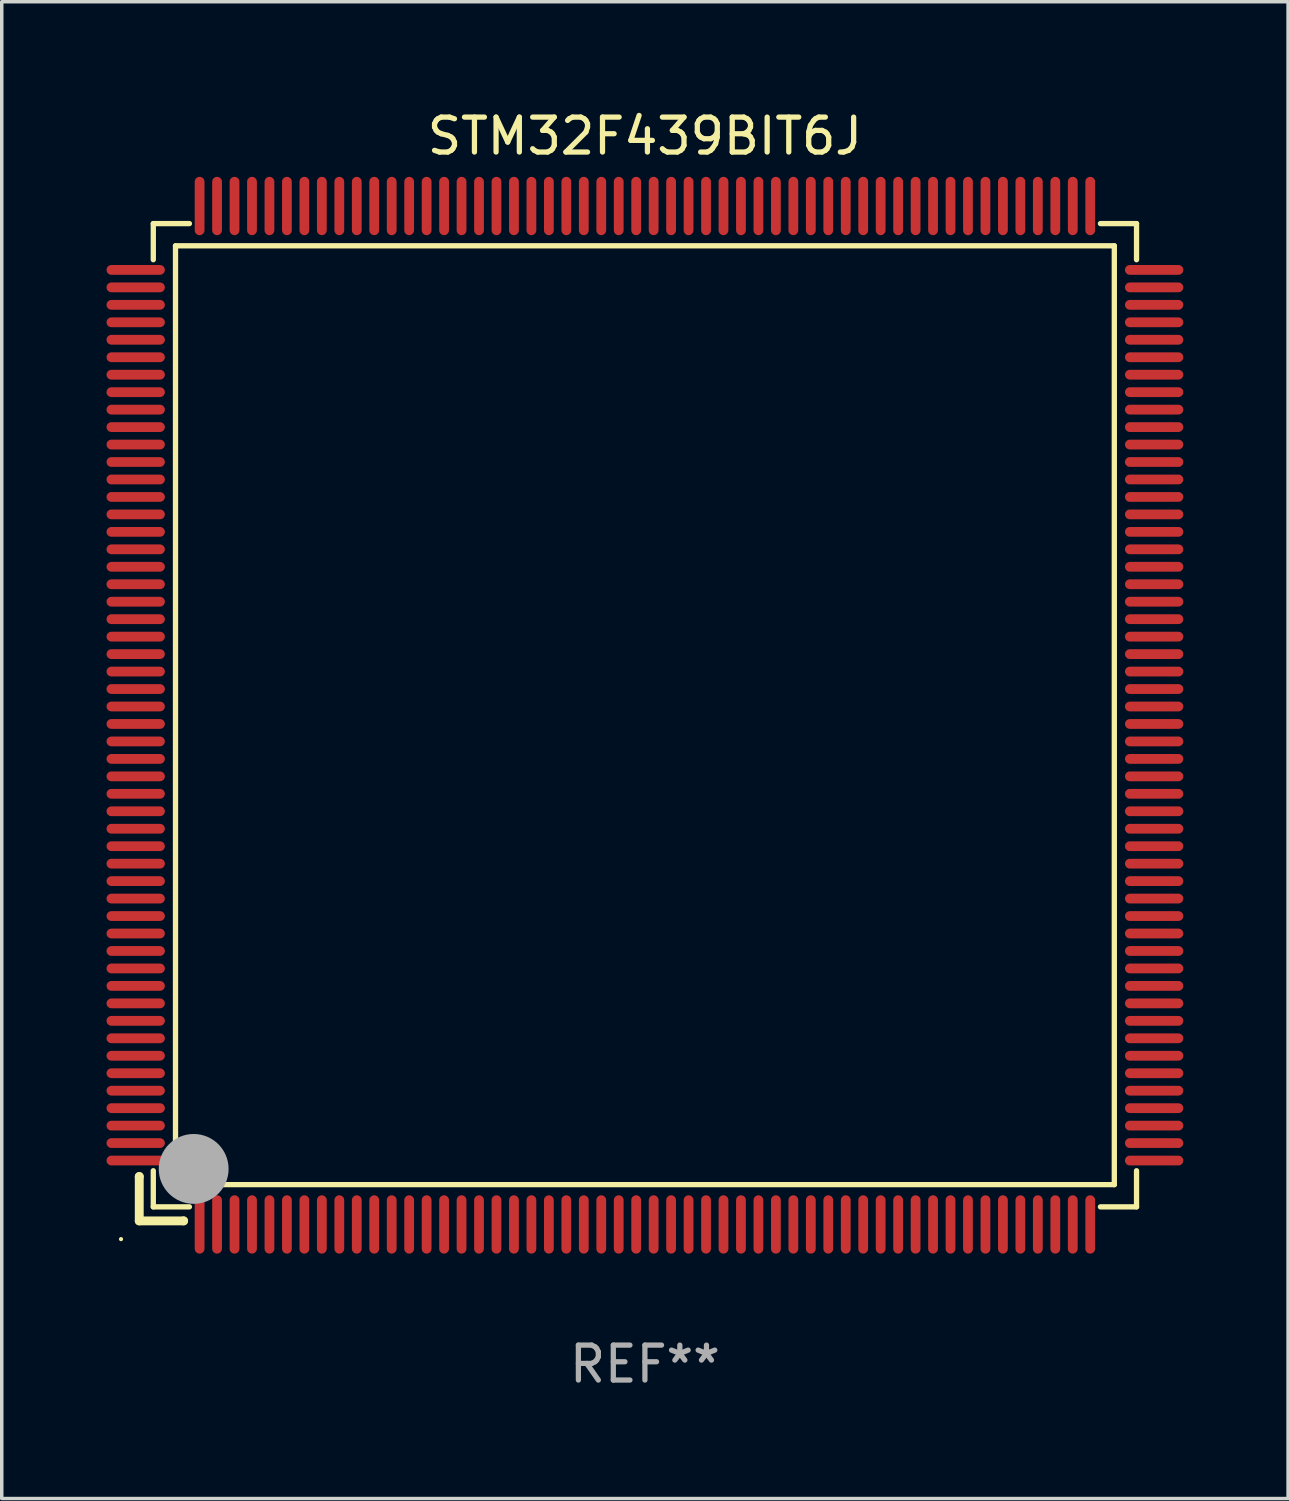
<source format=kicad_pcb>
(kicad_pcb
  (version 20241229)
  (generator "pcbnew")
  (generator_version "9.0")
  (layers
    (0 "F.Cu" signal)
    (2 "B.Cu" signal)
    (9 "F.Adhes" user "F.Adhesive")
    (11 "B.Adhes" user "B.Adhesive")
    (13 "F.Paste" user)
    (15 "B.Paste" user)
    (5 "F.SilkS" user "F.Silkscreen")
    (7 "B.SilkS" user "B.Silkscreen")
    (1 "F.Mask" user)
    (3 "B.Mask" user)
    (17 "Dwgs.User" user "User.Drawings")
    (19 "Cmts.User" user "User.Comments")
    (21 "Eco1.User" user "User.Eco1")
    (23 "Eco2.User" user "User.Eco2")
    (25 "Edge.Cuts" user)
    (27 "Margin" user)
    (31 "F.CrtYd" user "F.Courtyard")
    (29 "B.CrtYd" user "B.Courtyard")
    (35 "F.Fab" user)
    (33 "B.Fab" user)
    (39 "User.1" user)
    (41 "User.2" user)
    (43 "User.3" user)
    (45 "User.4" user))
  (footprint "STM32F439BIT6J"
    (layer "F.Cu")
    (at 15.415 17.428)
    (property "Reference" "STM32F439BIT6J" (at 0 -16.58 0) (layer "F.SilkS") (effects (font (size 1 1) (thickness 0.15))))
    (attr through_hole)
    (fp_line (start -14.478 13.208) (end -14.478 13.208) (stroke (width 0.254) (type solid)) (layer "F.SilkS"))
    (fp_line (start -14.478 13.208) (end -14.478 14.478) (stroke (width 0.254) (type solid)) (layer "F.SilkS"))
    (fp_line (start -14.478 14.478) (end -13.208 14.478) (stroke (width 0.254) (type solid)) (layer "F.SilkS"))
    (fp_line (start -14.076 -14.076) (end -14.076 -13.042) (stroke (width 0.152) (type solid)) (layer "F.SilkS"))
    (fp_line (start -14.076 14.076) (end -14.076 13.042) (stroke (width 0.152) (type solid)) (layer "F.SilkS"))
    (fp_line (start -13.44 -13.44) (end 13.44 -13.44) (stroke (width 0.152) (type solid)) (layer "F.SilkS"))
    (fp_line (start -13.44 13.44) (end -13.44 -13.44) (stroke (width 0.152) (type solid)) (layer "F.SilkS"))
    (fp_line (start -13.208 14.478) (end -13.208 14.478) (stroke (width 0.254) (type solid)) (layer "F.SilkS"))
    (fp_line (start -13.042 -14.076) (end -14.076 -14.076) (stroke (width 0.152) (type solid)) (layer "F.SilkS"))
    (fp_line (start -13.042 14.076) (end -14.076 14.076) (stroke (width 0.152) (type solid)) (layer "F.SilkS"))
    (fp_line (start 13.042 -14.076) (end 14.076 -14.076) (stroke (width 0.152) (type solid)) (layer "F.SilkS"))
    (fp_line (start 13.042 14.076) (end 14.076 14.076) (stroke (width 0.152) (type solid)) (layer "F.SilkS"))
    (fp_line (start 13.44 -13.44) (end 13.44 13.44) (stroke (width 0.152) (type solid)) (layer "F.SilkS"))
    (fp_line (start 13.44 13.44) (end -13.44 13.44) (stroke (width 0.152) (type solid)) (layer "F.SilkS"))
    (fp_line (start 14.076 -14.076) (end 14.076 -13.042) (stroke (width 0.152) (type solid)) (layer "F.SilkS"))
    (fp_line (start 14.076 14.076) (end 14.076 13.042) (stroke (width 0.152) (type solid)) (layer "F.SilkS"))
    (fp_circle (center -15 15) (end -14.97 15) (stroke (width 0.06) (type solid)) (fill no) (layer "F.SilkS"))
    (fp_circle (center -13.138 13.138) (end -13.063 13.138) (stroke (width 0.15) (type solid)) (fill no) (layer "F.SilkS"))
    (fp_circle (center -12.92 12.99) (end -12.42 12.99) (stroke (width 1) (type solid)) (fill no) (layer "F.Fab"))
    (fp_text user "REF**" (at 0 18.58 0) (layer "F.Fab") (effects (font (size 1 1) (thickness 0.15))))
    (pad "1" smd oval (at -12.75 14.58) (size 0.28 1.67) (layers "F.Cu" "F.Mask" "F.Paste"))
    (pad "2" smd oval (at -12.25 14.58) (size 0.28 1.67) (layers "F.Cu" "F.Mask" "F.Paste"))
    (pad "3" smd oval (at -11.75 14.58) (size 0.28 1.67) (layers "F.Cu" "F.Mask" "F.Paste"))
    (pad "4" smd oval (at -11.25 14.58) (size 0.28 1.67) (layers "F.Cu" "F.Mask" "F.Paste"))
    (pad "5" smd oval (at -10.75 14.58) (size 0.28 1.67) (layers "F.Cu" "F.Mask" "F.Paste"))
    (pad "6" smd oval (at -10.25 14.58) (size 0.28 1.67) (layers "F.Cu" "F.Mask" "F.Paste"))
    (pad "7" smd oval (at -9.75 14.58) (size 0.28 1.67) (layers "F.Cu" "F.Mask" "F.Paste"))
    (pad "8" smd oval (at -9.25 14.58) (size 0.28 1.67) (layers "F.Cu" "F.Mask" "F.Paste"))
    (pad "9" smd oval (at -8.75 14.58) (size 0.28 1.67) (layers "F.Cu" "F.Mask" "F.Paste"))
    (pad "10" smd oval (at -8.25 14.58) (size 0.28 1.67) (layers "F.Cu" "F.Mask" "F.Paste"))
    (pad "11" smd oval (at -7.75 14.58) (size 0.28 1.67) (layers "F.Cu" "F.Mask" "F.Paste"))
    (pad "12" smd oval (at -7.25 14.58) (size 0.28 1.67) (layers "F.Cu" "F.Mask" "F.Paste"))
    (pad "13" smd oval (at -6.75 14.58) (size 0.28 1.67) (layers "F.Cu" "F.Mask" "F.Paste"))
    (pad "14" smd oval (at -6.25 14.58) (size 0.28 1.67) (layers "F.Cu" "F.Mask" "F.Paste"))
    (pad "15" smd oval (at -5.75 14.58) (size 0.28 1.67) (layers "F.Cu" "F.Mask" "F.Paste"))
    (pad "16" smd oval (at -5.25 14.58) (size 0.28 1.67) (layers "F.Cu" "F.Mask" "F.Paste"))
    (pad "17" smd oval (at -4.75 14.58) (size 0.28 1.67) (layers "F.Cu" "F.Mask" "F.Paste"))
    (pad "18" smd oval (at -4.25 14.58) (size 0.28 1.67) (layers "F.Cu" "F.Mask" "F.Paste"))
    (pad "19" smd oval (at -3.75 14.58) (size 0.28 1.67) (layers "F.Cu" "F.Mask" "F.Paste"))
    (pad "20" smd oval (at -3.25 14.58) (size 0.28 1.67) (layers "F.Cu" "F.Mask" "F.Paste"))
    (pad "21" smd oval (at -2.75 14.58) (size 0.28 1.67) (layers "F.Cu" "F.Mask" "F.Paste"))
    (pad "22" smd oval (at -2.25 14.58) (size 0.28 1.67) (layers "F.Cu" "F.Mask" "F.Paste"))
    (pad "23" smd oval (at -1.75 14.58) (size 0.28 1.67) (layers "F.Cu" "F.Mask" "F.Paste"))
    (pad "24" smd oval (at -1.25 14.58) (size 0.28 1.67) (layers "F.Cu" "F.Mask" "F.Paste"))
    (pad "25" smd oval (at -0.75 14.58) (size 0.28 1.67) (layers "F.Cu" "F.Mask" "F.Paste"))
    (pad "26" smd oval (at -0.25 14.58) (size 0.28 1.67) (layers "F.Cu" "F.Mask" "F.Paste"))
    (pad "27" smd oval (at 0.25 14.58) (size 0.28 1.67) (layers "F.Cu" "F.Mask" "F.Paste"))
    (pad "28" smd oval (at 0.75 14.58) (size 0.28 1.67) (layers "F.Cu" "F.Mask" "F.Paste"))
    (pad "29" smd oval (at 1.25 14.58) (size 0.28 1.67) (layers "F.Cu" "F.Mask" "F.Paste"))
    (pad "30" smd oval (at 1.75 14.58) (size 0.28 1.67) (layers "F.Cu" "F.Mask" "F.Paste"))
    (pad "31" smd oval (at 2.25 14.58) (size 0.28 1.67) (layers "F.Cu" "F.Mask" "F.Paste"))
    (pad "32" smd oval (at 2.75 14.58) (size 0.28 1.67) (layers "F.Cu" "F.Mask" "F.Paste"))
    (pad "33" smd oval (at 3.25 14.58) (size 0.28 1.67) (layers "F.Cu" "F.Mask" "F.Paste"))
    (pad "34" smd oval (at 3.75 14.58) (size 0.28 1.67) (layers "F.Cu" "F.Mask" "F.Paste"))
    (pad "35" smd oval (at 4.25 14.58) (size 0.28 1.67) (layers "F.Cu" "F.Mask" "F.Paste"))
    (pad "36" smd oval (at 4.75 14.58) (size 0.28 1.67) (layers "F.Cu" "F.Mask" "F.Paste"))
    (pad "37" smd oval (at 5.25 14.58) (size 0.28 1.67) (layers "F.Cu" "F.Mask" "F.Paste"))
    (pad "38" smd oval (at 5.75 14.58) (size 0.28 1.67) (layers "F.Cu" "F.Mask" "F.Paste"))
    (pad "39" smd oval (at 6.25 14.58) (size 0.28 1.67) (layers "F.Cu" "F.Mask" "F.Paste"))
    (pad "40" smd oval (at 6.75 14.58) (size 0.28 1.67) (layers "F.Cu" "F.Mask" "F.Paste"))
    (pad "41" smd oval (at 7.25 14.58) (size 0.28 1.67) (layers "F.Cu" "F.Mask" "F.Paste"))
    (pad "42" smd oval (at 7.75 14.58) (size 0.28 1.67) (layers "F.Cu" "F.Mask" "F.Paste"))
    (pad "43" smd oval (at 8.25 14.58) (size 0.28 1.67) (layers "F.Cu" "F.Mask" "F.Paste"))
    (pad "44" smd oval (at 8.75 14.58) (size 0.28 1.67) (layers "F.Cu" "F.Mask" "F.Paste"))
    (pad "45" smd oval (at 9.25 14.58) (size 0.28 1.67) (layers "F.Cu" "F.Mask" "F.Paste"))
    (pad "46" smd oval (at 9.75 14.58) (size 0.28 1.67) (layers "F.Cu" "F.Mask" "F.Paste"))
    (pad "47" smd oval (at 10.25 14.58) (size 0.28 1.67) (layers "F.Cu" "F.Mask" "F.Paste"))
    (pad "48" smd oval (at 10.75 14.58) (size 0.28 1.67) (layers "F.Cu" "F.Mask" "F.Paste"))
    (pad "49" smd oval (at 11.25 14.58) (size 0.28 1.67) (layers "F.Cu" "F.Mask" "F.Paste"))
    (pad "50" smd oval (at 11.75 14.58) (size 0.28 1.67) (layers "F.Cu" "F.Mask" "F.Paste"))
    (pad "51" smd oval (at 12.25 14.58) (size 0.28 1.67) (layers "F.Cu" "F.Mask" "F.Paste"))
    (pad "52" smd oval (at 12.75 14.58) (size 0.28 1.67) (layers "F.Cu" "F.Mask" "F.Paste"))
    (pad "53" smd oval (at 14.58 12.75) (size 1.67 0.28) (layers "F.Cu" "F.Mask" "F.Paste"))
    (pad "54" smd oval (at 14.58 12.25) (size 1.67 0.28) (layers "F.Cu" "F.Mask" "F.Paste"))
    (pad "55" smd oval (at 14.58 11.75) (size 1.67 0.28) (layers "F.Cu" "F.Mask" "F.Paste"))
    (pad "56" smd oval (at 14.58 11.25) (size 1.67 0.28) (layers "F.Cu" "F.Mask" "F.Paste"))
    (pad "57" smd oval (at 14.58 10.75) (size 1.67 0.28) (layers "F.Cu" "F.Mask" "F.Paste"))
    (pad "58" smd oval (at 14.58 10.25) (size 1.67 0.28) (layers "F.Cu" "F.Mask" "F.Paste"))
    (pad "59" smd oval (at 14.58 9.75) (size 1.67 0.28) (layers "F.Cu" "F.Mask" "F.Paste"))
    (pad "60" smd oval (at 14.58 9.25) (size 1.67 0.28) (layers "F.Cu" "F.Mask" "F.Paste"))
    (pad "61" smd oval (at 14.58 8.75) (size 1.67 0.28) (layers "F.Cu" "F.Mask" "F.Paste"))
    (pad "62" smd oval (at 14.58 8.25) (size 1.67 0.28) (layers "F.Cu" "F.Mask" "F.Paste"))
    (pad "63" smd oval (at 14.58 7.75) (size 1.67 0.28) (layers "F.Cu" "F.Mask" "F.Paste"))
    (pad "64" smd oval (at 14.58 7.25) (size 1.67 0.28) (layers "F.Cu" "F.Mask" "F.Paste"))
    (pad "65" smd oval (at 14.58 6.75) (size 1.67 0.28) (layers "F.Cu" "F.Mask" "F.Paste"))
    (pad "66" smd oval (at 14.58 6.25) (size 1.67 0.28) (layers "F.Cu" "F.Mask" "F.Paste"))
    (pad "67" smd oval (at 14.58 5.75) (size 1.67 0.28) (layers "F.Cu" "F.Mask" "F.Paste"))
    (pad "68" smd oval (at 14.58 5.25) (size 1.67 0.28) (layers "F.Cu" "F.Mask" "F.Paste"))
    (pad "69" smd oval (at 14.58 4.75) (size 1.67 0.28) (layers "F.Cu" "F.Mask" "F.Paste"))
    (pad "70" smd oval (at 14.58 4.25) (size 1.67 0.28) (layers "F.Cu" "F.Mask" "F.Paste"))
    (pad "71" smd oval (at 14.58 3.75) (size 1.67 0.28) (layers "F.Cu" "F.Mask" "F.Paste"))
    (pad "72" smd oval (at 14.58 3.25) (size 1.67 0.28) (layers "F.Cu" "F.Mask" "F.Paste"))
    (pad "73" smd oval (at 14.58 2.75) (size 1.67 0.28) (layers "F.Cu" "F.Mask" "F.Paste"))
    (pad "74" smd oval (at 14.58 2.25) (size 1.67 0.28) (layers "F.Cu" "F.Mask" "F.Paste"))
    (pad "75" smd oval (at 14.58 1.75) (size 1.67 0.28) (layers "F.Cu" "F.Mask" "F.Paste"))
    (pad "76" smd oval (at 14.58 1.25) (size 1.67 0.28) (layers "F.Cu" "F.Mask" "F.Paste"))
    (pad "77" smd oval (at 14.58 0.75) (size 1.67 0.28) (layers "F.Cu" "F.Mask" "F.Paste"))
    (pad "78" smd oval (at 14.58 0.25) (size 1.67 0.28) (layers "F.Cu" "F.Mask" "F.Paste"))
    (pad "79" smd oval (at 14.58 -0.25) (size 1.67 0.28) (layers "F.Cu" "F.Mask" "F.Paste"))
    (pad "80" smd oval (at 14.58 -0.75) (size 1.67 0.28) (layers "F.Cu" "F.Mask" "F.Paste"))
    (pad "81" smd oval (at 14.58 -1.25) (size 1.67 0.28) (layers "F.Cu" "F.Mask" "F.Paste"))
    (pad "82" smd oval (at 14.58 -1.75) (size 1.67 0.28) (layers "F.Cu" "F.Mask" "F.Paste"))
    (pad "83" smd oval (at 14.58 -2.25) (size 1.67 0.28) (layers "F.Cu" "F.Mask" "F.Paste"))
    (pad "84" smd oval (at 14.58 -2.75) (size 1.67 0.28) (layers "F.Cu" "F.Mask" "F.Paste"))
    (pad "85" smd oval (at 14.58 -3.25) (size 1.67 0.28) (layers "F.Cu" "F.Mask" "F.Paste"))
    (pad "86" smd oval (at 14.58 -3.75) (size 1.67 0.28) (layers "F.Cu" "F.Mask" "F.Paste"))
    (pad "87" smd oval (at 14.58 -4.25) (size 1.67 0.28) (layers "F.Cu" "F.Mask" "F.Paste"))
    (pad "88" smd oval (at 14.58 -4.75) (size 1.67 0.28) (layers "F.Cu" "F.Mask" "F.Paste"))
    (pad "89" smd oval (at 14.58 -5.25) (size 1.67 0.28) (layers "F.Cu" "F.Mask" "F.Paste"))
    (pad "90" smd oval (at 14.58 -5.75) (size 1.67 0.28) (layers "F.Cu" "F.Mask" "F.Paste"))
    (pad "91" smd oval (at 14.58 -6.25) (size 1.67 0.28) (layers "F.Cu" "F.Mask" "F.Paste"))
    (pad "92" smd oval (at 14.58 -6.75) (size 1.67 0.28) (layers "F.Cu" "F.Mask" "F.Paste"))
    (pad "93" smd oval (at 14.58 -7.25) (size 1.67 0.28) (layers "F.Cu" "F.Mask" "F.Paste"))
    (pad "94" smd oval (at 14.58 -7.75) (size 1.67 0.28) (layers "F.Cu" "F.Mask" "F.Paste"))
    (pad "95" smd oval (at 14.58 -8.25) (size 1.67 0.28) (layers "F.Cu" "F.Mask" "F.Paste"))
    (pad "96" smd oval (at 14.58 -8.75) (size 1.67 0.28) (layers "F.Cu" "F.Mask" "F.Paste"))
    (pad "97" smd oval (at 14.58 -9.25) (size 1.67 0.28) (layers "F.Cu" "F.Mask" "F.Paste"))
    (pad "98" smd oval (at 14.58 -9.75) (size 1.67 0.28) (layers "F.Cu" "F.Mask" "F.Paste"))
    (pad "99" smd oval (at 14.58 -10.25) (size 1.67 0.28) (layers "F.Cu" "F.Mask" "F.Paste"))
    (pad "100" smd oval (at 14.58 -10.75) (size 1.67 0.28) (layers "F.Cu" "F.Mask" "F.Paste"))
    (pad "101" smd oval (at 14.58 -11.25) (size 1.67 0.28) (layers "F.Cu" "F.Mask" "F.Paste"))
    (pad "102" smd oval (at 14.58 -11.75) (size 1.67 0.28) (layers "F.Cu" "F.Mask" "F.Paste"))
    (pad "103" smd oval (at 14.58 -12.25) (size 1.67 0.28) (layers "F.Cu" "F.Mask" "F.Paste"))
    (pad "104" smd oval (at 14.58 -12.75) (size 1.67 0.28) (layers "F.Cu" "F.Mask" "F.Paste"))
    (pad "105" smd oval (at 12.75 -14.58) (size 0.28 1.67) (layers "F.Cu" "F.Mask" "F.Paste"))
    (pad "106" smd oval (at 12.25 -14.58) (size 0.28 1.67) (layers "F.Cu" "F.Mask" "F.Paste"))
    (pad "107" smd oval (at 11.75 -14.58) (size 0.28 1.67) (layers "F.Cu" "F.Mask" "F.Paste"))
    (pad "108" smd oval (at 11.25 -14.58) (size 0.28 1.67) (layers "F.Cu" "F.Mask" "F.Paste"))
    (pad "109" smd oval (at 10.75 -14.58) (size 0.28 1.67) (layers "F.Cu" "F.Mask" "F.Paste"))
    (pad "110" smd oval (at 10.25 -14.58) (size 0.28 1.67) (layers "F.Cu" "F.Mask" "F.Paste"))
    (pad "111" smd oval (at 9.75 -14.58) (size 0.28 1.67) (layers "F.Cu" "F.Mask" "F.Paste"))
    (pad "112" smd oval (at 9.25 -14.58) (size 0.28 1.67) (layers "F.Cu" "F.Mask" "F.Paste"))
    (pad "113" smd oval (at 8.75 -14.58) (size 0.28 1.67) (layers "F.Cu" "F.Mask" "F.Paste"))
    (pad "114" smd oval (at 8.25 -14.58) (size 0.28 1.67) (layers "F.Cu" "F.Mask" "F.Paste"))
    (pad "115" smd oval (at 7.75 -14.58) (size 0.28 1.67) (layers "F.Cu" "F.Mask" "F.Paste"))
    (pad "116" smd oval (at 7.25 -14.58) (size 0.28 1.67) (layers "F.Cu" "F.Mask" "F.Paste"))
    (pad "117" smd oval (at 6.75 -14.58) (size 0.28 1.67) (layers "F.Cu" "F.Mask" "F.Paste"))
    (pad "118" smd oval (at 6.25 -14.58) (size 0.28 1.67) (layers "F.Cu" "F.Mask" "F.Paste"))
    (pad "119" smd oval (at 5.75 -14.58) (size 0.28 1.67) (layers "F.Cu" "F.Mask" "F.Paste"))
    (pad "120" smd oval (at 5.25 -14.58) (size 0.28 1.67) (layers "F.Cu" "F.Mask" "F.Paste"))
    (pad "121" smd oval (at 4.75 -14.58) (size 0.28 1.67) (layers "F.Cu" "F.Mask" "F.Paste"))
    (pad "122" smd oval (at 4.25 -14.58) (size 0.28 1.67) (layers "F.Cu" "F.Mask" "F.Paste"))
    (pad "123" smd oval (at 3.75 -14.58) (size 0.28 1.67) (layers "F.Cu" "F.Mask" "F.Paste"))
    (pad "124" smd oval (at 3.25 -14.58) (size 0.28 1.67) (layers "F.Cu" "F.Mask" "F.Paste"))
    (pad "125" smd oval (at 2.75 -14.58) (size 0.28 1.67) (layers "F.Cu" "F.Mask" "F.Paste"))
    (pad "126" smd oval (at 2.25 -14.58) (size 0.28 1.67) (layers "F.Cu" "F.Mask" "F.Paste"))
    (pad "127" smd oval (at 1.75 -14.58) (size 0.28 1.67) (layers "F.Cu" "F.Mask" "F.Paste"))
    (pad "128" smd oval (at 1.25 -14.58) (size 0.28 1.67) (layers "F.Cu" "F.Mask" "F.Paste"))
    (pad "129" smd oval (at 0.75 -14.58) (size 0.28 1.67) (layers "F.Cu" "F.Mask" "F.Paste"))
    (pad "130" smd oval (at 0.25 -14.58) (size 0.28 1.67) (layers "F.Cu" "F.Mask" "F.Paste"))
    (pad "131" smd oval (at -0.25 -14.58) (size 0.28 1.67) (layers "F.Cu" "F.Mask" "F.Paste"))
    (pad "132" smd oval (at -0.75 -14.58) (size 0.28 1.67) (layers "F.Cu" "F.Mask" "F.Paste"))
    (pad "133" smd oval (at -1.25 -14.58) (size 0.28 1.67) (layers "F.Cu" "F.Mask" "F.Paste"))
    (pad "134" smd oval (at -1.75 -14.58) (size 0.28 1.67) (layers "F.Cu" "F.Mask" "F.Paste"))
    (pad "135" smd oval (at -2.25 -14.58) (size 0.28 1.67) (layers "F.Cu" "F.Mask" "F.Paste"))
    (pad "136" smd oval (at -2.75 -14.58) (size 0.28 1.67) (layers "F.Cu" "F.Mask" "F.Paste"))
    (pad "137" smd oval (at -3.25 -14.58) (size 0.28 1.67) (layers "F.Cu" "F.Mask" "F.Paste"))
    (pad "138" smd oval (at -3.75 -14.58) (size 0.28 1.67) (layers "F.Cu" "F.Mask" "F.Paste"))
    (pad "139" smd oval (at -4.25 -14.58) (size 0.28 1.67) (layers "F.Cu" "F.Mask" "F.Paste"))
    (pad "140" smd oval (at -4.75 -14.58) (size 0.28 1.67) (layers "F.Cu" "F.Mask" "F.Paste"))
    (pad "141" smd oval (at -5.25 -14.58) (size 0.28 1.67) (layers "F.Cu" "F.Mask" "F.Paste"))
    (pad "142" smd oval (at -5.75 -14.58) (size 0.28 1.67) (layers "F.Cu" "F.Mask" "F.Paste"))
    (pad "143" smd oval (at -6.25 -14.58) (size 0.28 1.67) (layers "F.Cu" "F.Mask" "F.Paste"))
    (pad "144" smd oval (at -6.75 -14.58) (size 0.28 1.67) (layers "F.Cu" "F.Mask" "F.Paste"))
    (pad "145" smd oval (at -7.25 -14.58) (size 0.28 1.67) (layers "F.Cu" "F.Mask" "F.Paste"))
    (pad "146" smd oval (at -7.75 -14.58) (size 0.28 1.67) (layers "F.Cu" "F.Mask" "F.Paste"))
    (pad "147" smd oval (at -8.25 -14.58) (size 0.28 1.67) (layers "F.Cu" "F.Mask" "F.Paste"))
    (pad "148" smd oval (at -8.75 -14.58) (size 0.28 1.67) (layers "F.Cu" "F.Mask" "F.Paste"))
    (pad "149" smd oval (at -9.25 -14.58) (size 0.28 1.67) (layers "F.Cu" "F.Mask" "F.Paste"))
    (pad "150" smd oval (at -9.75 -14.58) (size 0.28 1.67) (layers "F.Cu" "F.Mask" "F.Paste"))
    (pad "151" smd oval (at -10.25 -14.58) (size 0.28 1.67) (layers "F.Cu" "F.Mask" "F.Paste"))
    (pad "152" smd oval (at -10.75 -14.58) (size 0.28 1.67) (layers "F.Cu" "F.Mask" "F.Paste"))
    (pad "153" smd oval (at -11.25 -14.58) (size 0.28 1.67) (layers "F.Cu" "F.Mask" "F.Paste"))
    (pad "154" smd oval (at -11.75 -14.58) (size 0.28 1.67) (layers "F.Cu" "F.Mask" "F.Paste"))
    (pad "155" smd oval (at -12.25 -14.58) (size 0.28 1.67) (layers "F.Cu" "F.Mask" "F.Paste"))
    (pad "156" smd oval (at -12.75 -14.58) (size 0.28 1.67) (layers "F.Cu" "F.Mask" "F.Paste"))
    (pad "157" smd oval (at -14.58 -12.75) (size 1.67 0.28) (layers "F.Cu" "F.Mask" "F.Paste"))
    (pad "158" smd oval (at -14.58 -12.25) (size 1.67 0.28) (layers "F.Cu" "F.Mask" "F.Paste"))
    (pad "159" smd oval (at -14.58 -11.75) (size 1.67 0.28) (layers "F.Cu" "F.Mask" "F.Paste"))
    (pad "160" smd oval (at -14.58 -11.25) (size 1.67 0.28) (layers "F.Cu" "F.Mask" "F.Paste"))
    (pad "161" smd oval (at -14.58 -10.75) (size 1.67 0.28) (layers "F.Cu" "F.Mask" "F.Paste"))
    (pad "162" smd oval (at -14.58 -10.25) (size 1.67 0.28) (layers "F.Cu" "F.Mask" "F.Paste"))
    (pad "163" smd oval (at -14.58 -9.75) (size 1.67 0.28) (layers "F.Cu" "F.Mask" "F.Paste"))
    (pad "164" smd oval (at -14.58 -9.25) (size 1.67 0.28) (layers "F.Cu" "F.Mask" "F.Paste"))
    (pad "165" smd oval (at -14.58 -8.75) (size 1.67 0.28) (layers "F.Cu" "F.Mask" "F.Paste"))
    (pad "166" smd oval (at -14.58 -8.25) (size 1.67 0.28) (layers "F.Cu" "F.Mask" "F.Paste"))
    (pad "167" smd oval (at -14.58 -7.75) (size 1.67 0.28) (layers "F.Cu" "F.Mask" "F.Paste"))
    (pad "168" smd oval (at -14.58 -7.25) (size 1.67 0.28) (layers "F.Cu" "F.Mask" "F.Paste"))
    (pad "169" smd oval (at -14.58 -6.75) (size 1.67 0.28) (layers "F.Cu" "F.Mask" "F.Paste"))
    (pad "170" smd oval (at -14.58 -6.25) (size 1.67 0.28) (layers "F.Cu" "F.Mask" "F.Paste"))
    (pad "171" smd oval (at -14.58 -5.75) (size 1.67 0.28) (layers "F.Cu" "F.Mask" "F.Paste"))
    (pad "172" smd oval (at -14.58 -5.25) (size 1.67 0.28) (layers "F.Cu" "F.Mask" "F.Paste"))
    (pad "173" smd oval (at -14.58 -4.75) (size 1.67 0.28) (layers "F.Cu" "F.Mask" "F.Paste"))
    (pad "174" smd oval (at -14.58 -4.25) (size 1.67 0.28) (layers "F.Cu" "F.Mask" "F.Paste"))
    (pad "175" smd oval (at -14.58 -3.75) (size 1.67 0.28) (layers "F.Cu" "F.Mask" "F.Paste"))
    (pad "176" smd oval (at -14.58 -3.25) (size 1.67 0.28) (layers "F.Cu" "F.Mask" "F.Paste"))
    (pad "177" smd oval (at -14.58 -2.75) (size 1.67 0.28) (layers "F.Cu" "F.Mask" "F.Paste"))
    (pad "178" smd oval (at -14.58 -2.25) (size 1.67 0.28) (layers "F.Cu" "F.Mask" "F.Paste"))
    (pad "179" smd oval (at -14.58 -1.75) (size 1.67 0.28) (layers "F.Cu" "F.Mask" "F.Paste"))
    (pad "180" smd oval (at -14.58 -1.25) (size 1.67 0.28) (layers "F.Cu" "F.Mask" "F.Paste"))
    (pad "181" smd oval (at -14.58 -0.75) (size 1.67 0.28) (layers "F.Cu" "F.Mask" "F.Paste"))
    (pad "182" smd oval (at -14.58 -0.25) (size 1.67 0.28) (layers "F.Cu" "F.Mask" "F.Paste"))
    (pad "183" smd oval (at -14.58 0.25) (size 1.67 0.28) (layers "F.Cu" "F.Mask" "F.Paste"))
    (pad "184" smd oval (at -14.58 0.75) (size 1.67 0.28) (layers "F.Cu" "F.Mask" "F.Paste"))
    (pad "185" smd oval (at -14.58 1.25) (size 1.67 0.28) (layers "F.Cu" "F.Mask" "F.Paste"))
    (pad "186" smd oval (at -14.58 1.75) (size 1.67 0.28) (layers "F.Cu" "F.Mask" "F.Paste"))
    (pad "187" smd oval (at -14.58 2.25) (size 1.67 0.28) (layers "F.Cu" "F.Mask" "F.Paste"))
    (pad "188" smd oval (at -14.58 2.75) (size 1.67 0.28) (layers "F.Cu" "F.Mask" "F.Paste"))
    (pad "189" smd oval (at -14.58 3.25) (size 1.67 0.28) (layers "F.Cu" "F.Mask" "F.Paste"))
    (pad "190" smd oval (at -14.58 3.75) (size 1.67 0.28) (layers "F.Cu" "F.Mask" "F.Paste"))
    (pad "191" smd oval (at -14.58 4.25) (size 1.67 0.28) (layers "F.Cu" "F.Mask" "F.Paste"))
    (pad "192" smd oval (at -14.58 4.75) (size 1.67 0.28) (layers "F.Cu" "F.Mask" "F.Paste"))
    (pad "193" smd oval (at -14.58 5.25) (size 1.67 0.28) (layers "F.Cu" "F.Mask" "F.Paste"))
    (pad "194" smd oval (at -14.58 5.75) (size 1.67 0.28) (layers "F.Cu" "F.Mask" "F.Paste"))
    (pad "195" smd oval (at -14.58 6.25) (size 1.67 0.28) (layers "F.Cu" "F.Mask" "F.Paste"))
    (pad "196" smd oval (at -14.58 6.75) (size 1.67 0.28) (layers "F.Cu" "F.Mask" "F.Paste"))
    (pad "197" smd oval (at -14.58 7.25) (size 1.67 0.28) (layers "F.Cu" "F.Mask" "F.Paste"))
    (pad "198" smd oval (at -14.58 7.75) (size 1.67 0.28) (layers "F.Cu" "F.Mask" "F.Paste"))
    (pad "199" smd oval (at -14.58 8.25) (size 1.67 0.28) (layers "F.Cu" "F.Mask" "F.Paste"))
    (pad "200" smd oval (at -14.58 8.75) (size 1.67 0.28) (layers "F.Cu" "F.Mask" "F.Paste"))
    (pad "201" smd oval (at -14.58 9.25) (size 1.67 0.28) (layers "F.Cu" "F.Mask" "F.Paste"))
    (pad "202" smd oval (at -14.58 9.75) (size 1.67 0.28) (layers "F.Cu" "F.Mask" "F.Paste"))
    (pad "203" smd oval (at -14.58 10.25) (size 1.67 0.28) (layers "F.Cu" "F.Mask" "F.Paste"))
    (pad "204" smd oval (at -14.58 10.75) (size 1.67 0.28) (layers "F.Cu" "F.Mask" "F.Paste"))
    (pad "205" smd oval (at -14.58 11.25) (size 1.67 0.28) (layers "F.Cu" "F.Mask" "F.Paste"))
    (pad "206" smd oval (at -14.58 11.75) (size 1.67 0.28) (layers "F.Cu" "F.Mask" "F.Paste"))
    (pad "207" smd oval (at -14.58 12.25) (size 1.67 0.28) (layers "F.Cu" "F.Mask" "F.Paste"))
    (pad "208" smd oval (at -14.58 12.75) (size 1.67 0.28) (layers "F.Cu" "F.Mask" "F.Paste")))
  (gr_rect
    (start -3 -3)
    (end 33.83 39.856)
    (stroke (width 0.1) (type default))
    (fill no)
    (layer "Edge.Cuts")))
</source>
